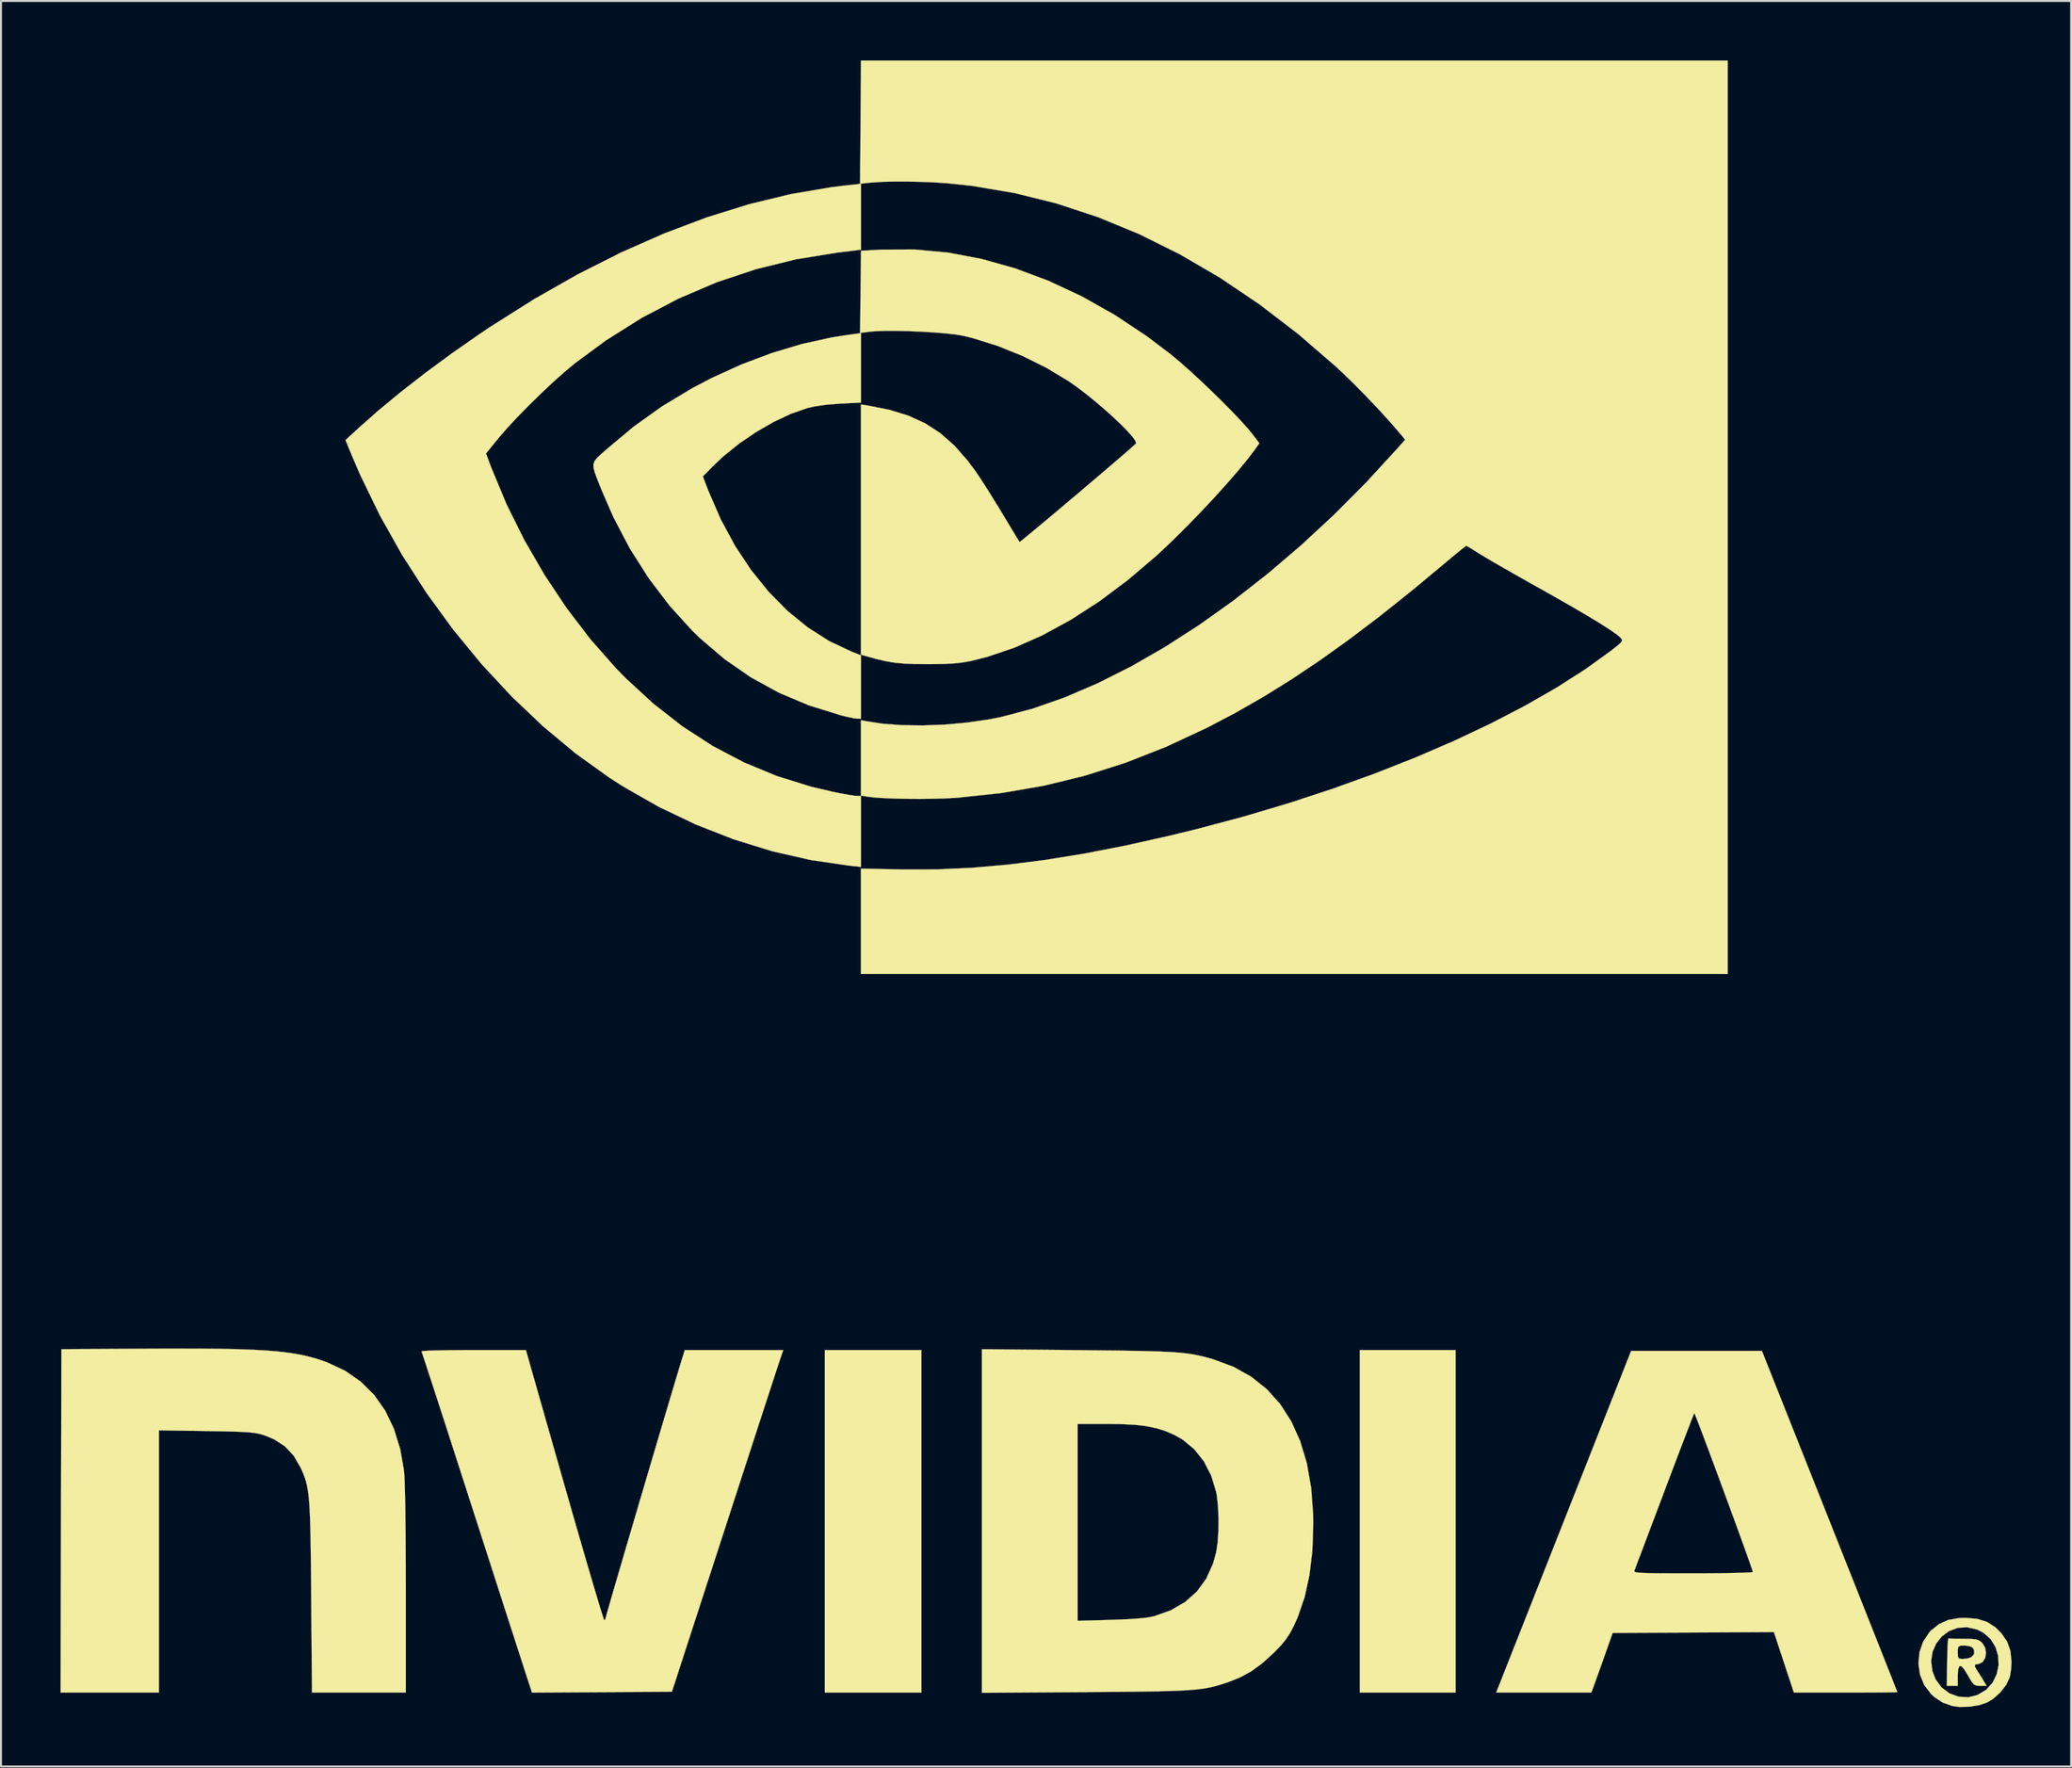
<source format=kicad_pcb>
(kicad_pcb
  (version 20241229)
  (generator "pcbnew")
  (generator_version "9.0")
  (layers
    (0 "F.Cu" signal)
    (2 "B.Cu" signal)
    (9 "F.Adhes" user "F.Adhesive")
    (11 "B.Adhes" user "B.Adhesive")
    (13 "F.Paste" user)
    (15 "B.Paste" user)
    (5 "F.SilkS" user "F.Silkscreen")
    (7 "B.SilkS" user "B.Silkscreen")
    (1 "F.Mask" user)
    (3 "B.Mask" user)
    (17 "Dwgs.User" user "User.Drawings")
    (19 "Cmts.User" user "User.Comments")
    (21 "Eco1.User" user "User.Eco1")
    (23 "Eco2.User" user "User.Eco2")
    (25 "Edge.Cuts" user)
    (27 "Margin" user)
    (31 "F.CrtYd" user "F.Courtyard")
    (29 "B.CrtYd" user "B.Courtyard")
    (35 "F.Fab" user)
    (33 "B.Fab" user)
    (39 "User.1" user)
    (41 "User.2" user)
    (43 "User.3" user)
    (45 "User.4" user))
  (footprint "nvidia_10x10_F"
    (layer "F.Cu")
    (at 49.154 42.931)
    (property "Reference" "nvidia_10x10_F" (at 0 0 0) (layer "F.SilkS") (effects (font (size 1.524 1.524) (thickness 0.3))))
    (attr through_hole)
    (fp_poly (pts (xy -5.757 39.37) (xy -10.626 39.37) (xy -10.626 22.098) (xy -5.757 22.098) (xy -5.757 39.37)) (stroke (width 0.01) (type solid)) (fill yes) (layer "F.SilkS"))
    (fp_poly (pts (xy 21.167 39.37) (xy 16.341 39.37) (xy 16.341 22.098) (xy 21.167 22.098) (xy 21.167 39.37)) (stroke (width 0.01) (type solid)) (fill yes) (layer "F.SilkS"))
    (fp_poly (pts (xy 47.463 35.654) (xy 47.957 35.808) (xy 48.383 36.084) (xy 48.667 36.366) (xy 48.968 36.796) (xy 49.137 37.27) (xy 49.191 37.835) (xy 49.191 37.846) (xy 49.171 38.182) (xy 49.12 38.511) (xy 49.092 38.624) (xy 48.914 38.995) (xy 48.622 39.366) (xy 48.264 39.686) (xy 47.958 39.872) (xy 47.543 40.008) (xy 47.05 40.085) (xy 46.557 40.095) (xy 46.204 40.045) (xy 45.73 39.877) (xy 45.327 39.615) (xy 45.135 39.441) (xy 44.793 38.993) (xy 44.581 38.472) (xy 44.501 37.912) (xy 44.512 37.786) (xy 45.139 37.786) (xy 45.2 38.283) (xy 45.363 38.701) (xy 45.666 39.114) (xy 46.065 39.411) (xy 46.526 39.58) (xy 47.016 39.608) (xy 47.478 39.493) (xy 47.915 39.23) (xy 48.237 38.874) (xy 48.445 38.451) (xy 48.54 37.992) (xy 48.52 37.525) (xy 48.388 37.078) (xy 48.142 36.679) (xy 47.784 36.358) (xy 47.456 36.191) (xy 46.95 36.075) (xy 46.474 36.107) (xy 46.045 36.268) (xy 45.68 36.537) (xy 45.396 36.893) (xy 45.21 37.316) (xy 45.139 37.786) (xy 44.512 37.786) (xy 44.552 37.347) (xy 44.733 36.811) (xy 45.046 36.338) (xy 45.134 36.244) (xy 45.537 35.917) (xy 45.988 35.713) (xy 46.526 35.617) (xy 46.863 35.605) (xy 47.463 35.654)) (stroke (width 0.01) (type solid)) (fill yes) (layer "F.SilkS"))
    (fp_poly (pts (xy 46.112 36.649) (xy 46.34 36.656) (xy 46.653 36.66) (xy 46.782 36.661) (xy 47.143 36.665) (xy 47.379 36.686) (xy 47.535 36.732) (xy 47.655 36.813) (xy 47.714 36.868) (xy 47.859 37.1) (xy 47.905 37.368) (xy 47.861 37.626) (xy 47.737 37.828) (xy 47.542 37.927) (xy 47.493 37.931) (xy 47.356 37.96) (xy 47.348 38.065) (xy 47.44 38.229) (xy 47.556 38.409) (xy 47.704 38.648) (xy 47.744 38.714) (xy 47.935 39.031) (xy 47.611 39.03) (xy 47.433 39.02) (xy 47.308 38.969) (xy 47.195 38.843) (xy 47.056 38.609) (xy 47.008 38.522) (xy 46.811 38.2) (xy 46.663 38.039) (xy 46.561 38.04) (xy 46.501 38.203) (xy 46.482 38.523) (xy 46.482 39.031) (xy 46.207 39.031) (xy 45.932 39.031) (xy 45.948 37.825) (xy 45.957 37.397) (xy 45.959 37.338) (xy 46.482 37.338) (xy 46.492 37.555) (xy 46.546 37.652) (xy 46.683 37.676) (xy 46.742 37.677) (xy 46.986 37.648) (xy 47.165 37.589) (xy 47.305 37.434) (xy 47.31 37.234) (xy 47.227 37.101) (xy 47.08 37.034) (xy 46.849 37) (xy 46.804 36.999) (xy 46.598 37.008) (xy 46.506 37.068) (xy 46.483 37.226) (xy 46.482 37.338) (xy 45.959 37.338) (xy 45.97 37.039) (xy 45.987 36.78) (xy 46.004 36.649) (xy 46.011 36.639) (xy 46.112 36.649)) (stroke (width 0.01) (type solid)) (fill yes) (layer "F.SilkS"))
    (fp_poly (pts (xy -42.208 22.026) (xy -41.167 22.036) (xy -40.255 22.055) (xy -39.456 22.084) (xy -38.757 22.124) (xy -38.143 22.176) (xy -37.602 22.242) (xy -37.118 22.322) (xy -36.679 22.418) (xy -36.27 22.53) (xy -35.878 22.659) (xy -35.709 22.721) (xy -34.804 23.146) (xy -34.014 23.695) (xy -33.341 24.365) (xy -32.786 25.156) (xy -32.349 26.067) (xy -32.031 27.096) (xy -31.844 28.152) (xy -31.823 28.418) (xy -31.804 28.846) (xy -31.788 29.427) (xy -31.774 30.152) (xy -31.764 31.013) (xy -31.756 32.003) (xy -31.751 33.112) (xy -31.75 34.142) (xy -31.75 39.37) (xy -36.478 39.37) (xy -36.516 34.565) (xy -36.525 33.461) (xy -36.535 32.512) (xy -36.546 31.703) (xy -36.561 31.019) (xy -36.58 30.446) (xy -36.604 29.969) (xy -36.635 29.573) (xy -36.674 29.244) (xy -36.721 28.967) (xy -36.778 28.727) (xy -36.847 28.51) (xy -36.928 28.301) (xy -37.022 28.085) (xy -37.038 28.052) (xy -37.392 27.436) (xy -37.837 26.956) (xy -38.39 26.596) (xy -38.862 26.403) (xy -39.038 26.348) (xy -39.218 26.305) (xy -39.423 26.271) (xy -39.678 26.245) (xy -40.005 26.225) (xy -40.428 26.209) (xy -40.969 26.196) (xy -41.651 26.184) (xy -41.804 26.182) (xy -44.196 26.145) (xy -44.196 39.37) (xy -49.149 39.37) (xy -49.129 30.713) (xy -49.108 22.056) (xy -44.726 22.03) (xy -43.389 22.025) (xy -42.208 22.026)) (stroke (width 0.01) (type solid)) (fill yes) (layer "F.SilkS"))
    (fp_poly (pts (xy -12.847 22.458) (xy -12.89 22.587) (xy -12.982 22.866) (xy -13.119 23.284) (xy -13.297 23.829) (xy -13.512 24.49) (xy -13.762 25.255) (xy -14.042 26.114) (xy -14.348 27.055) (xy -14.677 28.067) (xy -15.025 29.139) (xy -15.389 30.258) (xy -15.654 31.073) (xy -18.335 39.328) (xy -21.86 39.35) (xy -25.385 39.372) (xy -25.643 38.588) (xy -25.706 38.395) (xy -25.816 38.053) (xy -25.971 37.575) (xy -26.165 36.973) (xy -26.395 36.26) (xy -26.657 35.449) (xy -26.947 34.551) (xy -27.26 33.58) (xy -27.592 32.547) (xy -27.941 31.466) (xy -28.301 30.349) (xy -28.407 30.019) (xy -28.764 28.912) (xy -29.106 27.851) (xy -29.43 26.846) (xy -29.733 25.909) (xy -30.011 25.051) (xy -30.26 24.283) (xy -30.477 23.617) (xy -30.658 23.062) (xy -30.799 22.631) (xy -30.898 22.334) (xy -30.949 22.183) (xy -30.956 22.166) (xy -30.885 22.149) (xy -30.665 22.134) (xy -30.315 22.121) (xy -29.855 22.111) (xy -29.306 22.103) (xy -28.686 22.099) (xy -28.347 22.099) (xy -25.696 22.099) (xy -23.753 28.914) (xy -23.456 29.952) (xy -23.171 30.942) (xy -22.902 31.872) (xy -22.653 32.73) (xy -22.426 33.504) (xy -22.226 34.182) (xy -22.055 34.752) (xy -21.918 35.203) (xy -21.817 35.522) (xy -21.757 35.698) (xy -21.742 35.729) (xy -21.681 35.661) (xy -21.675 35.611) (xy -21.651 35.519) (xy -21.584 35.279) (xy -21.477 34.907) (xy -21.335 34.417) (xy -21.163 33.823) (xy -20.963 33.142) (xy -20.742 32.386) (xy -20.503 31.572) (xy -20.251 30.715) (xy -19.99 29.828) (xy -19.724 28.926) (xy -19.458 28.026) (xy -19.196 27.14) (xy -18.943 26.285) (xy -18.702 25.474) (xy -18.479 24.723) (xy -18.277 24.047) (xy -18.102 23.46) (xy -17.956 22.977) (xy -17.845 22.613) (xy -17.774 22.383) (xy -17.771 22.373) (xy -17.682 22.098) (xy -12.721 22.098) (xy -12.847 22.458)) (stroke (width 0.01) (type solid)) (fill yes) (layer "F.SilkS"))
    (fp_poly (pts (xy 2.18 22.104) (xy 3.276 22.116) (xy 4.218 22.127) (xy 5.022 22.14) (xy 5.705 22.155) (xy 6.281 22.173) (xy 6.767 22.196) (xy 7.179 22.224) (xy 7.531 22.259) (xy 7.841 22.301) (xy 8.124 22.353) (xy 8.395 22.414) (xy 8.671 22.486) (xy 8.966 22.57) (xy 8.97 22.571) (xy 9.974 22.944) (xy 10.869 23.445) (xy 11.654 24.073) (xy 12.328 24.826) (xy 12.89 25.702) (xy 13.338 26.698) (xy 13.671 27.813) (xy 13.888 29.044) (xy 13.988 30.39) (xy 13.995 30.861) (xy 13.948 32.22) (xy 13.802 33.451) (xy 13.556 34.566) (xy 13.208 35.576) (xy 13.03 35.972) (xy 12.829 36.36) (xy 12.62 36.682) (xy 12.363 36.994) (xy 12.017 37.352) (xy 11.988 37.38) (xy 11.41 37.903) (xy 10.859 38.304) (xy 10.287 38.613) (xy 9.762 38.822) (xy 9.486 38.916) (xy 9.229 38.998) (xy 8.976 39.067) (xy 8.713 39.125) (xy 8.424 39.174) (xy 8.095 39.214) (xy 7.711 39.246) (xy 7.258 39.272) (xy 6.721 39.292) (xy 6.085 39.308) (xy 5.336 39.32) (xy 4.458 39.33) (xy 3.438 39.339) (xy 2.519 39.346) (xy -2.709 39.382) (xy -2.709 30.719) (xy -2.709 25.823) (xy 2.117 25.823) (xy 2.117 35.753) (xy 3.789 35.706) (xy 4.568 35.677) (xy 5.187 35.637) (xy 5.654 35.585) (xy 5.969 35.523) (xy 6.813 35.222) (xy 7.533 34.806) (xy 8.128 34.276) (xy 8.597 33.633) (xy 8.94 32.878) (xy 9.105 32.279) (xy 9.176 31.793) (xy 9.214 31.202) (xy 9.219 30.569) (xy 9.192 29.955) (xy 9.132 29.421) (xy 9.102 29.26) (xy 8.854 28.437) (xy 8.484 27.714) (xy 8.001 27.103) (xy 7.415 26.616) (xy 6.989 26.375) (xy 6.539 26.182) (xy 6.079 26.037) (xy 5.578 25.934) (xy 5.002 25.867) (xy 4.319 25.832) (xy 3.602 25.823) (xy 2.117 25.823) (xy -2.709 25.823) (xy -2.709 22.056) (xy 2.18 22.104)) (stroke (width 0.01) (type solid)) (fill yes) (layer "F.SilkS"))
    (fp_poly (pts (xy 40.022 30.73) (xy 40.478 31.879) (xy 40.916 32.983) (xy 41.333 34.032) (xy 41.723 35.017) (xy 42.084 35.927) (xy 42.411 36.751) (xy 42.699 37.48) (xy 42.946 38.104) (xy 43.147 38.612) (xy 43.298 38.995) (xy 43.395 39.242) (xy 43.433 39.343) (xy 43.434 39.345) (xy 43.353 39.351) (xy 43.123 39.357) (xy 42.764 39.362) (xy 42.297 39.366) (xy 41.743 39.368) (xy 41.122 39.37) (xy 40.828 39.37) (xy 38.222 39.37) (xy 37.719 37.845) (xy 37.216 36.32) (xy 33.15 36.342) (xy 29.085 36.364) (xy 28.681 37.507) (xy 28.523 37.953) (xy 28.373 38.374) (xy 28.247 38.727) (xy 28.158 38.972) (xy 28.144 39.01) (xy 28.011 39.37) (xy 23.217 39.37) (xy 24.027 37.317) (xy 24.188 36.91) (xy 24.404 36.362) (xy 24.669 35.691) (xy 24.976 34.912) (xy 25.319 34.044) (xy 25.632 33.25) (xy 30.176 33.25) (xy 30.199 33.281) (xy 30.268 33.306) (xy 30.4 33.325) (xy 30.611 33.339) (xy 30.915 33.348) (xy 31.33 33.354) (xy 31.87 33.357) (xy 32.553 33.358) (xy 33.138 33.359) (xy 33.834 33.357) (xy 34.473 33.352) (xy 35.036 33.344) (xy 35.505 33.334) (xy 35.86 33.322) (xy 36.083 33.309) (xy 36.155 33.295) (xy 36.127 33.199) (xy 36.048 32.965) (xy 35.924 32.611) (xy 35.761 32.155) (xy 35.567 31.617) (xy 35.348 31.013) (xy 35.11 30.363) (xy 34.861 29.684) (xy 34.607 28.994) (xy 34.355 28.312) (xy 34.112 27.656) (xy 33.884 27.044) (xy 33.677 26.494) (xy 33.5 26.025) (xy 33.358 25.654) (xy 33.257 25.401) (xy 33.206 25.282) (xy 33.201 25.276) (xy 33.165 25.36) (xy 33.075 25.587) (xy 32.937 25.942) (xy 32.758 26.41) (xy 32.542 26.974) (xy 32.296 27.62) (xy 32.026 28.333) (xy 31.738 29.096) (xy 31.704 29.187) (xy 31.413 29.96) (xy 31.138 30.688) (xy 30.887 31.354) (xy 30.664 31.943) (xy 30.477 32.439) (xy 30.33 32.825) (xy 30.231 33.087) (xy 30.185 33.207) (xy 30.183 33.211) (xy 30.176 33.25) (xy 25.632 33.25) (xy 25.69 33.103) (xy 26.084 32.106) (xy 26.493 31.069) (xy 26.911 30.011) (xy 27.331 28.946) (xy 27.428 28.702) (xy 30.018 22.14) (xy 36.609 22.14) (xy 40.022 30.73)) (stroke (width 0.01) (type solid)) (fill yes) (layer "F.SilkS"))
    (fp_poly (pts (xy -4.425 -33.244) (xy -2.733 -32.926) (xy -1.039 -32.45) (xy 0.65 -31.82) (xy 2.325 -31.037) (xy 3.978 -30.106) (xy 5.6 -29.029) (xy 6.816 -28.108) (xy 7.249 -27.746) (xy 7.745 -27.308) (xy 8.279 -26.817) (xy 8.827 -26.297) (xy 9.365 -25.771) (xy 9.868 -25.263) (xy 10.312 -24.797) (xy 10.674 -24.396) (xy 10.909 -24.111) (xy 11.277 -23.628) (xy 11.079 -23.35) (xy 10.697 -22.845) (xy 10.211 -22.252) (xy 9.641 -21.594) (xy 9.011 -20.896) (xy 8.343 -20.182) (xy 7.657 -19.475) (xy 6.978 -18.799) (xy 6.326 -18.178) (xy 6.054 -17.929) (xy 4.636 -16.723) (xy 3.207 -15.654) (xy 1.773 -14.728) (xy 0.345 -13.948) (xy -1.069 -13.321) (xy -2.461 -12.851) (xy -3.302 -12.642) (xy -3.683 -12.574) (xy -4.105 -12.528) (xy -4.607 -12.501) (xy -5.227 -12.491) (xy -5.461 -12.49) (xy -6.116 -12.497) (xy -6.649 -12.52) (xy -7.107 -12.564) (xy -7.538 -12.635) (xy -7.988 -12.739) (xy -8.361 -12.84) (xy -8.805 -12.966) (xy -8.805 -25.584) (xy -8.445 -25.528) (xy -7.358 -25.312) (xy -6.403 -25.016) (xy -5.556 -24.627) (xy -4.793 -24.129) (xy -4.091 -23.507) (xy -3.424 -22.747) (xy -3.03 -22.217) (xy -2.832 -21.924) (xy -2.572 -21.524) (xy -2.274 -21.053) (xy -1.963 -20.551) (xy -1.694 -20.108) (xy -1.429 -19.667) (xy -1.195 -19.279) (xy -1.005 -18.966) (xy -0.874 -18.75) (xy -0.814 -18.653) (xy -0.811 -18.65) (xy -0.744 -18.696) (xy -0.564 -18.84) (xy -0.287 -19.068) (xy 0.072 -19.365) (xy 0.497 -19.72) (xy 0.973 -20.119) (xy 1.483 -20.549) (xy 2.012 -20.996) (xy 2.544 -21.447) (xy 3.065 -21.889) (xy 3.557 -22.309) (xy 4.005 -22.693) (xy 4.395 -23.028) (xy 4.709 -23.301) (xy 4.933 -23.499) (xy 5.051 -23.608) (xy 5.065 -23.625) (xy 5.029 -23.752) (xy 4.876 -23.965) (xy 4.625 -24.248) (xy 4.294 -24.584) (xy 3.901 -24.956) (xy 3.465 -25.347) (xy 3.003 -25.741) (xy 2.534 -26.121) (xy 2.075 -26.47) (xy 1.668 -26.756) (xy 0.55 -27.431) (xy -0.665 -28.034) (xy -1.925 -28.542) (xy -3.177 -28.933) (xy -3.66 -29.05) (xy -4.039 -29.114) (xy -4.547 -29.171) (xy -5.147 -29.22) (xy -5.798 -29.258) (xy -6.462 -29.285) (xy -7.099 -29.298) (xy -7.67 -29.295) (xy -8.137 -29.275) (xy -8.333 -29.257) (xy -8.805 -29.198) (xy -8.805 -25.679) (xy -9.842 -25.629) (xy -10.537 -25.575) (xy -11.147 -25.486) (xy -11.515 -25.402) (xy -12.34 -25.112) (xy -13.214 -24.701) (xy -14.097 -24.191) (xy -14.951 -23.608) (xy -15.738 -22.974) (xy -16.241 -22.499) (xy -16.776 -21.954) (xy -16.485 -21.201) (xy -15.866 -19.776) (xy -15.15 -18.451) (xy -14.345 -17.236) (xy -13.46 -16.139) (xy -12.504 -15.17) (xy -11.483 -14.339) (xy -10.408 -13.653) (xy -9.292 -13.126) (xy -8.805 -12.934) (xy -8.805 -9.737) (xy -8.996 -9.741) (xy -9.168 -9.764) (xy -9.448 -9.821) (xy -9.777 -9.9) (xy -9.821 -9.912) (xy -11.427 -10.411) (xy -12.936 -11.047) (xy -14.352 -11.824) (xy -15.682 -12.745) (xy -16.932 -13.813) (xy -17.309 -14.18) (xy -18.453 -15.439) (xy -19.507 -16.828) (xy -20.459 -18.329) (xy -21.294 -19.923) (xy -21.871 -21.251) (xy -22.067 -21.742) (xy -22.204 -22.103) (xy -22.28 -22.368) (xy -22.29 -22.567) (xy -22.232 -22.732) (xy -22.103 -22.894) (xy -21.899 -23.085) (xy -21.659 -23.297) (xy -20.269 -24.461) (xy -18.836 -25.486) (xy -17.315 -26.403) (xy -16.334 -26.917) (xy -14.833 -27.601) (xy -13.302 -28.177) (xy -11.775 -28.635) (xy -10.286 -28.964) (xy -9.652 -29.065) (xy -8.848 -29.176) (xy -8.825 -31.256) (xy -8.802 -33.336) (xy -7.767 -33.393) (xy -6.106 -33.4) (xy -4.425 -33.244)) (stroke (width 0.01) (type solid)) (fill yes) (layer "F.SilkS"))
    (fp_poly (pts (xy 34.883 3.133) (xy -8.805 3.133) (xy -8.805 -2.179) (xy -6.71 -2.136) (xy -4.99 -2.139) (xy -3.226 -2.219) (xy -1.402 -2.378) (xy 0.496 -2.618) (xy 2.483 -2.941) (xy 4.575 -3.35) (xy 6.785 -3.845) (xy 8.213 -4.195) (xy 10.512 -4.81) (xy 12.768 -5.481) (xy 14.967 -6.204) (xy 17.097 -6.972) (xy 19.146 -7.781) (xy 21.1 -8.625) (xy 22.948 -9.498) (xy 24.676 -10.396) (xy 26.272 -11.312) (xy 27.724 -12.241) (xy 28.979 -13.148) (xy 29.279 -13.382) (xy 29.462 -13.539) (xy 29.549 -13.645) (xy 29.558 -13.723) (xy 29.508 -13.798) (xy 29.496 -13.812) (xy 29.305 -13.978) (xy 28.963 -14.218) (xy 28.474 -14.532) (xy 27.837 -14.919) (xy 27.055 -15.377) (xy 26.129 -15.907) (xy 25.36 -16.339) (xy 24.742 -16.686) (xy 24.144 -17.025) (xy 23.591 -17.341) (xy 23.105 -17.622) (xy 22.708 -17.855) (xy 22.426 -18.025) (xy 22.334 -18.082) (xy 22.06 -18.256) (xy 21.843 -18.387) (xy 21.72 -18.453) (xy 21.707 -18.457) (xy 21.629 -18.405) (xy 21.446 -18.262) (xy 21.18 -18.045) (xy 20.854 -17.774) (xy 20.63 -17.585) (xy 18.943 -16.182) (xy 17.341 -14.904) (xy 15.81 -13.743) (xy 14.335 -12.687) (xy 12.9 -11.726) (xy 11.492 -10.85) (xy 10.094 -10.048) (xy 8.692 -9.31) (xy 8.636 -9.282) (xy 6.573 -8.321) (xy 4.529 -7.517) (xy 2.482 -6.865) (xy 0.408 -6.359) (xy -1.714 -5.992) (xy -3.906 -5.758) (xy -4.022 -5.749) (xy -4.561 -5.72) (xy -5.177 -5.702) (xy -5.835 -5.695) (xy -6.499 -5.699) (xy -7.134 -5.713) (xy -7.703 -5.737) (xy -8.172 -5.77) (xy -8.488 -5.809) (xy -8.805 -5.864) (xy -8.805 -9.665) (xy -8.572 -9.617) (xy -7.718 -9.485) (xy -6.743 -9.412) (xy -5.686 -9.398) (xy -4.586 -9.44) (xy -3.48 -9.54) (xy -2.407 -9.694) (xy -1.746 -9.822) (xy -0.171 -10.238) (xy 1.452 -10.805) (xy 3.115 -11.518) (xy 4.808 -12.37) (xy 6.521 -13.354) (xy 8.245 -14.465) (xy 9.97 -15.694) (xy 11.686 -17.037) (xy 13.383 -18.485) (xy 15.052 -20.033) (xy 16.684 -21.675) (xy 18.226 -23.356) (xy 18.626 -23.809) (xy 18.407 -24.076) (xy 17.915 -24.648) (xy 17.334 -25.289) (xy 16.702 -25.956) (xy 16.061 -26.608) (xy 15.448 -27.204) (xy 15.148 -27.484) (xy 13.232 -29.14) (xy 11.278 -30.638) (xy 9.29 -31.978) (xy 7.269 -33.158) (xy 5.22 -34.176) (xy 3.143 -35.032) (xy 1.044 -35.724) (xy -1.076 -36.25) (xy -3.214 -36.61) (xy -4.428 -36.739) (xy -5.063 -36.782) (xy -5.756 -36.811) (xy -6.462 -36.826) (xy -7.139 -36.826) (xy -7.741 -36.812) (xy -8.225 -36.781) (xy -8.285 -36.776) (xy -8.805 -36.721) (xy -8.805 -33.389) (xy -10.012 -33.241) (xy -12.084 -32.904) (xy -14.108 -32.405) (xy -16.08 -31.746) (xy -17.998 -30.927) (xy -19.858 -29.952) (xy -21.655 -28.82) (xy -23.241 -27.65) (xy -23.746 -27.229) (xy -24.319 -26.717) (xy -24.927 -26.146) (xy -25.537 -25.549) (xy -26.115 -24.958) (xy -26.63 -24.406) (xy -27.046 -23.925) (xy -27.07 -23.896) (xy -27.708 -23.113) (xy -27.429 -22.372) (xy -26.667 -20.543) (xy -25.771 -18.741) (xy -24.758 -16.99) (xy -23.644 -15.317) (xy -22.445 -13.747) (xy -21.176 -12.305) (xy -20.685 -11.801) (xy -19.271 -10.497) (xy -17.806 -9.353) (xy -16.284 -8.366) (xy -14.699 -7.532) (xy -13.044 -6.847) (xy -11.313 -6.308) (xy -10.202 -6.047) (xy -9.802 -5.967) (xy -9.441 -5.902) (xy -9.166 -5.86) (xy -9.038 -5.848) (xy -8.805 -5.842) (xy -8.805 -2.266) (xy -9.377 -2.326) (xy -11.326 -2.611) (xy -13.28 -3.056) (xy -15.221 -3.657) (xy -17.132 -4.405) (xy -18.993 -5.294) (xy -20.789 -6.319) (xy -21.485 -6.765) (xy -23.181 -7.983) (xy -24.827 -9.353) (xy -26.413 -10.86) (xy -27.927 -12.491) (xy -29.359 -14.233) (xy -30.697 -16.071) (xy -31.932 -17.993) (xy -33.052 -19.985) (xy -34.046 -22.033) (xy -34.447 -22.963) (xy -34.788 -23.787) (xy -34.137 -24.388) (xy -33.128 -25.281) (xy -31.99 -26.221) (xy -30.75 -27.185) (xy -29.435 -28.155) (xy -28.071 -29.108) (xy -27.474 -29.509) (xy -25.28 -30.896) (xy -23.085 -32.144) (xy -20.897 -33.249) (xy -18.722 -34.209) (xy -16.569 -35.021) (xy -14.445 -35.682) (xy -12.356 -36.189) (xy -10.311 -36.538) (xy -9.737 -36.609) (xy -8.848 -36.708) (xy -8.803 -42.926) (xy 34.883 -42.926) (xy 34.883 3.133)) (stroke (width 0.01) (type solid)) (fill yes) (layer "F.SilkS")))
  (gr_rect
    (start -3 -3)
    (end 101.35 86.031)
    (stroke (width 0.1) (type default))
    (fill no)
    (layer "Edge.Cuts")))
</source>
